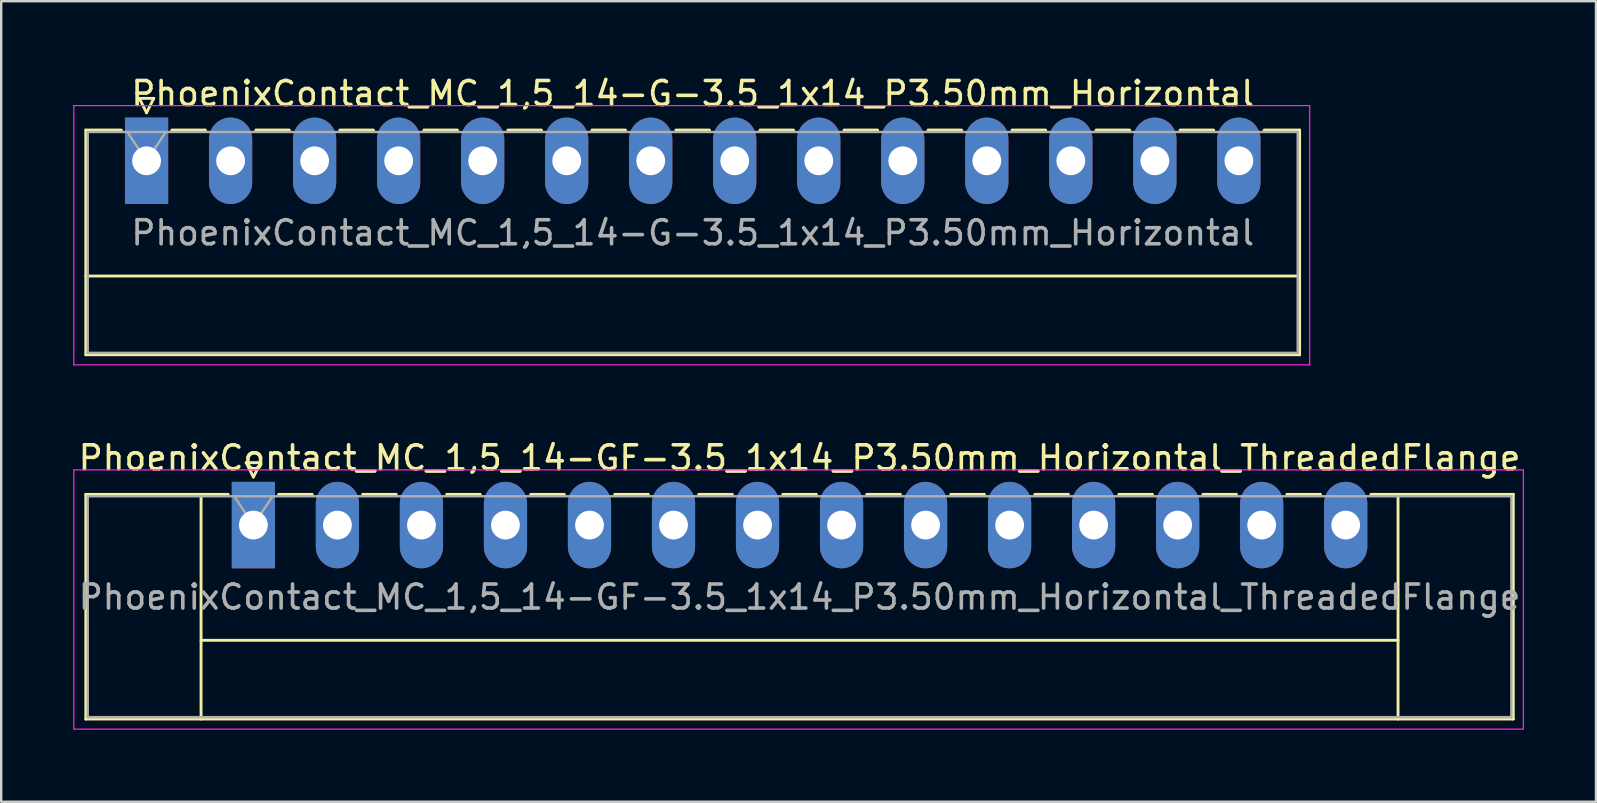
<source format=kicad_pcb>
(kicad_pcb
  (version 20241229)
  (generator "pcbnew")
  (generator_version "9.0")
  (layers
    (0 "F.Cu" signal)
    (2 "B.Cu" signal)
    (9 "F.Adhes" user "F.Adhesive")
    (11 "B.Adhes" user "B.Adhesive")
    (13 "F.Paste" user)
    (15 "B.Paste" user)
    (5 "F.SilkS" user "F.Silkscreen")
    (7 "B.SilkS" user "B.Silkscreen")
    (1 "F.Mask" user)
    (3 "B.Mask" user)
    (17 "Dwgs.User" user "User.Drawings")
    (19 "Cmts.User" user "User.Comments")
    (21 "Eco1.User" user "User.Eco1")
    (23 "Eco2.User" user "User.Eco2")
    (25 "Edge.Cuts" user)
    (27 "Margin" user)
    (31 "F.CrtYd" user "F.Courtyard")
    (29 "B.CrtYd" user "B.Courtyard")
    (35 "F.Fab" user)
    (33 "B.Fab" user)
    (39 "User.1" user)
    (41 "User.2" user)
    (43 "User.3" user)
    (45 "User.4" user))
  (footprint "PhoenixContact_MC_1,5_14-G-3.5_1x14_P3.50mm_Horizontal"
    (layer "F.Cu")
    (at 3.055 3.648)
    (property "Reference" "PhoenixContact_MC_1,5_14-G-3.5_1x14_P3.50mm_Horizontal" (at 22.75 -2.8 0) (layer "F.SilkS") (effects (font (size 1 1) (thickness 0.15))))
    (attr through_hole)
    (fp_line (start -2.53 -1.28) (end -2.53 8.08) (stroke (width 0.12) (type solid)) (layer "F.SilkS"))
    (fp_line (start -2.53 -1.28) (end -1.05 -1.28) (stroke (width 0.12) (type solid)) (layer "F.SilkS"))
    (fp_line (start -2.53 4.8) (end 48.03 4.8) (stroke (width 0.12) (type solid)) (layer "F.SilkS"))
    (fp_line (start -2.53 8.08) (end 48.03 8.08) (stroke (width 0.12) (type solid)) (layer "F.SilkS"))
    (fp_line (start -0.3 -2.6) (end 0.3 -2.6) (stroke (width 0.12) (type solid)) (layer "F.SilkS"))
    (fp_line (start 0 -2) (end -0.3 -2.6) (stroke (width 0.12) (type solid)) (layer "F.SilkS"))
    (fp_line (start 0.3 -2.6) (end 0 -2) (stroke (width 0.12) (type solid)) (layer "F.SilkS"))
    (fp_line (start 1.05 -1.28) (end 2.45 -1.28) (stroke (width 0.12) (type solid)) (layer "F.SilkS"))
    (fp_line (start 4.55 -1.28) (end 5.95 -1.28) (stroke (width 0.12) (type solid)) (layer "F.SilkS"))
    (fp_line (start 8.05 -1.28) (end 9.45 -1.28) (stroke (width 0.12) (type solid)) (layer "F.SilkS"))
    (fp_line (start 11.55 -1.28) (end 12.95 -1.28) (stroke (width 0.12) (type solid)) (layer "F.SilkS"))
    (fp_line (start 15.05 -1.28) (end 16.45 -1.28) (stroke (width 0.12) (type solid)) (layer "F.SilkS"))
    (fp_line (start 18.55 -1.28) (end 19.95 -1.28) (stroke (width 0.12) (type solid)) (layer "F.SilkS"))
    (fp_line (start 22.05 -1.28) (end 23.45 -1.28) (stroke (width 0.12) (type solid)) (layer "F.SilkS"))
    (fp_line (start 25.55 -1.28) (end 26.95 -1.28) (stroke (width 0.12) (type solid)) (layer "F.SilkS"))
    (fp_line (start 29.05 -1.28) (end 30.45 -1.28) (stroke (width 0.12) (type solid)) (layer "F.SilkS"))
    (fp_line (start 32.55 -1.28) (end 33.95 -1.28) (stroke (width 0.12) (type solid)) (layer "F.SilkS"))
    (fp_line (start 36.05 -1.28) (end 37.45 -1.28) (stroke (width 0.12) (type solid)) (layer "F.SilkS"))
    (fp_line (start 39.55 -1.28) (end 40.95 -1.28) (stroke (width 0.12) (type solid)) (layer "F.SilkS"))
    (fp_line (start 43.05 -1.28) (end 44.45 -1.28) (stroke (width 0.12) (type solid)) (layer "F.SilkS"))
    (fp_line (start 48.03 -1.28) (end 46.55 -1.28) (stroke (width 0.12) (type solid)) (layer "F.SilkS"))
    (fp_line (start 48.03 8.08) (end 48.03 -1.28) (stroke (width 0.12) (type solid)) (layer "F.SilkS"))
    (fp_line (start -3.03 -2.3) (end -3.03 8.5) (stroke (width 0.05) (type solid)) (layer "F.CrtYd"))
    (fp_line (start -3.03 8.5) (end 48.45 8.5) (stroke (width 0.05) (type solid)) (layer "F.CrtYd"))
    (fp_line (start 48.45 -2.3) (end -3.03 -2.3) (stroke (width 0.05) (type solid)) (layer "F.CrtYd"))
    (fp_line (start 48.45 8.5) (end 48.45 -2.3) (stroke (width 0.05) (type solid)) (layer "F.CrtYd"))
    (fp_line (start -2.45 -1.2) (end -2.45 8) (stroke (width 0.1) (type solid)) (layer "F.Fab"))
    (fp_line (start -2.45 8) (end 47.95 8) (stroke (width 0.1) (type solid)) (layer "F.Fab"))
    (fp_line (start 0 0) (end -0.8 -1.2) (stroke (width 0.1) (type solid)) (layer "F.Fab"))
    (fp_line (start 0.8 -1.2) (end 0 0) (stroke (width 0.1) (type solid)) (layer "F.Fab"))
    (fp_line (start 47.95 -1.2) (end -2.45 -1.2) (stroke (width 0.1) (type solid)) (layer "F.Fab"))
    (fp_line (start 47.95 8) (end 47.95 -1.2) (stroke (width 0.1) (type solid)) (layer "F.Fab"))
    (fp_text user "${REFERENCE}" (at 22.75 3 0) (layer "F.Fab") (effects (font (size 1 1) (thickness 0.15))))
    (pad "1" thru_hole rect (at 0 0) (size 1.8 3.6) (drill 1.2) (layers "*.Cu" "*.Mask"))
    (pad "2" thru_hole oval (at 3.5 0) (size 1.8 3.6) (drill 1.2) (layers "*.Cu" "*.Mask"))
    (pad "3" thru_hole oval (at 7 0) (size 1.8 3.6) (drill 1.2) (layers "*.Cu" "*.Mask"))
    (pad "4" thru_hole oval (at 10.5 0) (size 1.8 3.6) (drill 1.2) (layers "*.Cu" "*.Mask"))
    (pad "5" thru_hole oval (at 14 0) (size 1.8 3.6) (drill 1.2) (layers "*.Cu" "*.Mask"))
    (pad "6" thru_hole oval (at 17.5 0) (size 1.8 3.6) (drill 1.2) (layers "*.Cu" "*.Mask"))
    (pad "7" thru_hole oval (at 21 0) (size 1.8 3.6) (drill 1.2) (layers "*.Cu" "*.Mask"))
    (pad "8" thru_hole oval (at 24.5 0) (size 1.8 3.6) (drill 1.2) (layers "*.Cu" "*.Mask"))
    (pad "9" thru_hole oval (at 28 0) (size 1.8 3.6) (drill 1.2) (layers "*.Cu" "*.Mask"))
    (pad "10" thru_hole oval (at 31.5 0) (size 1.8 3.6) (drill 1.2) (layers "*.Cu" "*.Mask"))
    (pad "11" thru_hole oval (at 35 0) (size 1.8 3.6) (drill 1.2) (layers "*.Cu" "*.Mask"))
    (pad "12" thru_hole oval (at 38.5 0) (size 1.8 3.6) (drill 1.2) (layers "*.Cu" "*.Mask"))
    (pad "13" thru_hole oval (at 42 0) (size 1.8 3.6) (drill 1.2) (layers "*.Cu" "*.Mask"))
    (pad "14" thru_hole oval (at 45.5 0) (size 1.8 3.6) (drill 1.2) (layers "*.Cu" "*.Mask")))
  (footprint "PhoenixContact_MC_1,5_14-GF-3.5_1x14_P3.50mm_Horizontal_ThreadedFlange"
    (layer "F.Cu")
    (at 7.505 18.822)
    (property "Reference" "PhoenixContact_MC_1,5_14-GF-3.5_1x14_P3.50mm_Horizontal_ThreadedFlange" (at 22.75 -2.8 0) (layer "F.SilkS") (effects (font (size 1 1) (thickness 0.15))))
    (attr through_hole)
    (fp_line (start -6.98 -1.28) (end -6.98 8.08) (stroke (width 0.12) (type solid)) (layer "F.SilkS"))
    (fp_line (start -6.98 -1.28) (end -1.05 -1.28) (stroke (width 0.12) (type solid)) (layer "F.SilkS"))
    (fp_line (start -6.98 8.08) (end 52.48 8.08) (stroke (width 0.12) (type solid)) (layer "F.SilkS"))
    (fp_line (start -2.18 -1.28) (end -2.18 8.08) (stroke (width 0.12) (type solid)) (layer "F.SilkS"))
    (fp_line (start -2.18 4.8) (end 47.68 4.8) (stroke (width 0.12) (type solid)) (layer "F.SilkS"))
    (fp_line (start -0.3 -2.6) (end 0.3 -2.6) (stroke (width 0.12) (type solid)) (layer "F.SilkS"))
    (fp_line (start 0 -2) (end -0.3 -2.6) (stroke (width 0.12) (type solid)) (layer "F.SilkS"))
    (fp_line (start 0.3 -2.6) (end 0 -2) (stroke (width 0.12) (type solid)) (layer "F.SilkS"))
    (fp_line (start 1.05 -1.28) (end 2.45 -1.28) (stroke (width 0.12) (type solid)) (layer "F.SilkS"))
    (fp_line (start 4.55 -1.28) (end 5.95 -1.28) (stroke (width 0.12) (type solid)) (layer "F.SilkS"))
    (fp_line (start 8.05 -1.28) (end 9.45 -1.28) (stroke (width 0.12) (type solid)) (layer "F.SilkS"))
    (fp_line (start 11.55 -1.28) (end 12.95 -1.28) (stroke (width 0.12) (type solid)) (layer "F.SilkS"))
    (fp_line (start 15.05 -1.28) (end 16.45 -1.28) (stroke (width 0.12) (type solid)) (layer "F.SilkS"))
    (fp_line (start 18.55 -1.28) (end 19.95 -1.28) (stroke (width 0.12) (type solid)) (layer "F.SilkS"))
    (fp_line (start 22.05 -1.28) (end 23.45 -1.28) (stroke (width 0.12) (type solid)) (layer "F.SilkS"))
    (fp_line (start 25.55 -1.28) (end 26.95 -1.28) (stroke (width 0.12) (type solid)) (layer "F.SilkS"))
    (fp_line (start 29.05 -1.28) (end 30.45 -1.28) (stroke (width 0.12) (type solid)) (layer "F.SilkS"))
    (fp_line (start 32.55 -1.28) (end 33.95 -1.28) (stroke (width 0.12) (type solid)) (layer "F.SilkS"))
    (fp_line (start 36.05 -1.28) (end 37.45 -1.28) (stroke (width 0.12) (type solid)) (layer "F.SilkS"))
    (fp_line (start 39.55 -1.28) (end 40.95 -1.28) (stroke (width 0.12) (type solid)) (layer "F.SilkS"))
    (fp_line (start 43.05 -1.28) (end 44.45 -1.28) (stroke (width 0.12) (type solid)) (layer "F.SilkS"))
    (fp_line (start 47.68 -1.28) (end 47.68 8.08) (stroke (width 0.12) (type solid)) (layer "F.SilkS"))
    (fp_line (start 52.48 -1.28) (end 46.55 -1.28) (stroke (width 0.12) (type solid)) (layer "F.SilkS"))
    (fp_line (start 52.48 8.08) (end 52.48 -1.28) (stroke (width 0.12) (type solid)) (layer "F.SilkS"))
    (fp_line (start -7.48 -2.3) (end -7.48 8.5) (stroke (width 0.05) (type solid)) (layer "F.CrtYd"))
    (fp_line (start -7.48 8.5) (end 52.9 8.5) (stroke (width 0.05) (type solid)) (layer "F.CrtYd"))
    (fp_line (start 52.9 -2.3) (end -7.48 -2.3) (stroke (width 0.05) (type solid)) (layer "F.CrtYd"))
    (fp_line (start 52.9 8.5) (end 52.9 -2.3) (stroke (width 0.05) (type solid)) (layer "F.CrtYd"))
    (fp_line (start -6.9 -1.2) (end -6.9 8) (stroke (width 0.1) (type solid)) (layer "F.Fab"))
    (fp_line (start -6.9 8) (end 52.4 8) (stroke (width 0.1) (type solid)) (layer "F.Fab"))
    (fp_line (start 0 0) (end -0.8 -1.2) (stroke (width 0.1) (type solid)) (layer "F.Fab"))
    (fp_line (start 0.8 -1.2) (end 0 0) (stroke (width 0.1) (type solid)) (layer "F.Fab"))
    (fp_line (start 52.4 -1.2) (end -6.9 -1.2) (stroke (width 0.1) (type solid)) (layer "F.Fab"))
    (fp_line (start 52.4 8) (end 52.4 -1.2) (stroke (width 0.1) (type solid)) (layer "F.Fab"))
    (fp_text user "${REFERENCE}" (at 22.75 3 0) (layer "F.Fab") (effects (font (size 1 1) (thickness 0.15))))
    (pad "1" thru_hole rect (at 0 0) (size 1.8 3.6) (drill 1.2) (layers "*.Cu" "*.Mask"))
    (pad "2" thru_hole oval (at 3.5 0) (size 1.8 3.6) (drill 1.2) (layers "*.Cu" "*.Mask"))
    (pad "3" thru_hole oval (at 7 0) (size 1.8 3.6) (drill 1.2) (layers "*.Cu" "*.Mask"))
    (pad "4" thru_hole oval (at 10.5 0) (size 1.8 3.6) (drill 1.2) (layers "*.Cu" "*.Mask"))
    (pad "5" thru_hole oval (at 14 0) (size 1.8 3.6) (drill 1.2) (layers "*.Cu" "*.Mask"))
    (pad "6" thru_hole oval (at 17.5 0) (size 1.8 3.6) (drill 1.2) (layers "*.Cu" "*.Mask"))
    (pad "7" thru_hole oval (at 21 0) (size 1.8 3.6) (drill 1.2) (layers "*.Cu" "*.Mask"))
    (pad "8" thru_hole oval (at 24.5 0) (size 1.8 3.6) (drill 1.2) (layers "*.Cu" "*.Mask"))
    (pad "9" thru_hole oval (at 28 0) (size 1.8 3.6) (drill 1.2) (layers "*.Cu" "*.Mask"))
    (pad "10" thru_hole oval (at 31.5 0) (size 1.8 3.6) (drill 1.2) (layers "*.Cu" "*.Mask"))
    (pad "11" thru_hole oval (at 35 0) (size 1.8 3.6) (drill 1.2) (layers "*.Cu" "*.Mask"))
    (pad "12" thru_hole oval (at 38.5 0) (size 1.8 3.6) (drill 1.2) (layers "*.Cu" "*.Mask"))
    (pad "13" thru_hole oval (at 42 0) (size 1.8 3.6) (drill 1.2) (layers "*.Cu" "*.Mask"))
    (pad "14" thru_hole oval (at 45.5 0) (size 1.8 3.6) (drill 1.2) (layers "*.Cu" "*.Mask")))
  (gr_rect
    (start -3 -3)
    (end 63.43 30.346)
    (stroke (width 0.1) (type default))
    (fill no)
    (layer "Edge.Cuts")))
</source>
